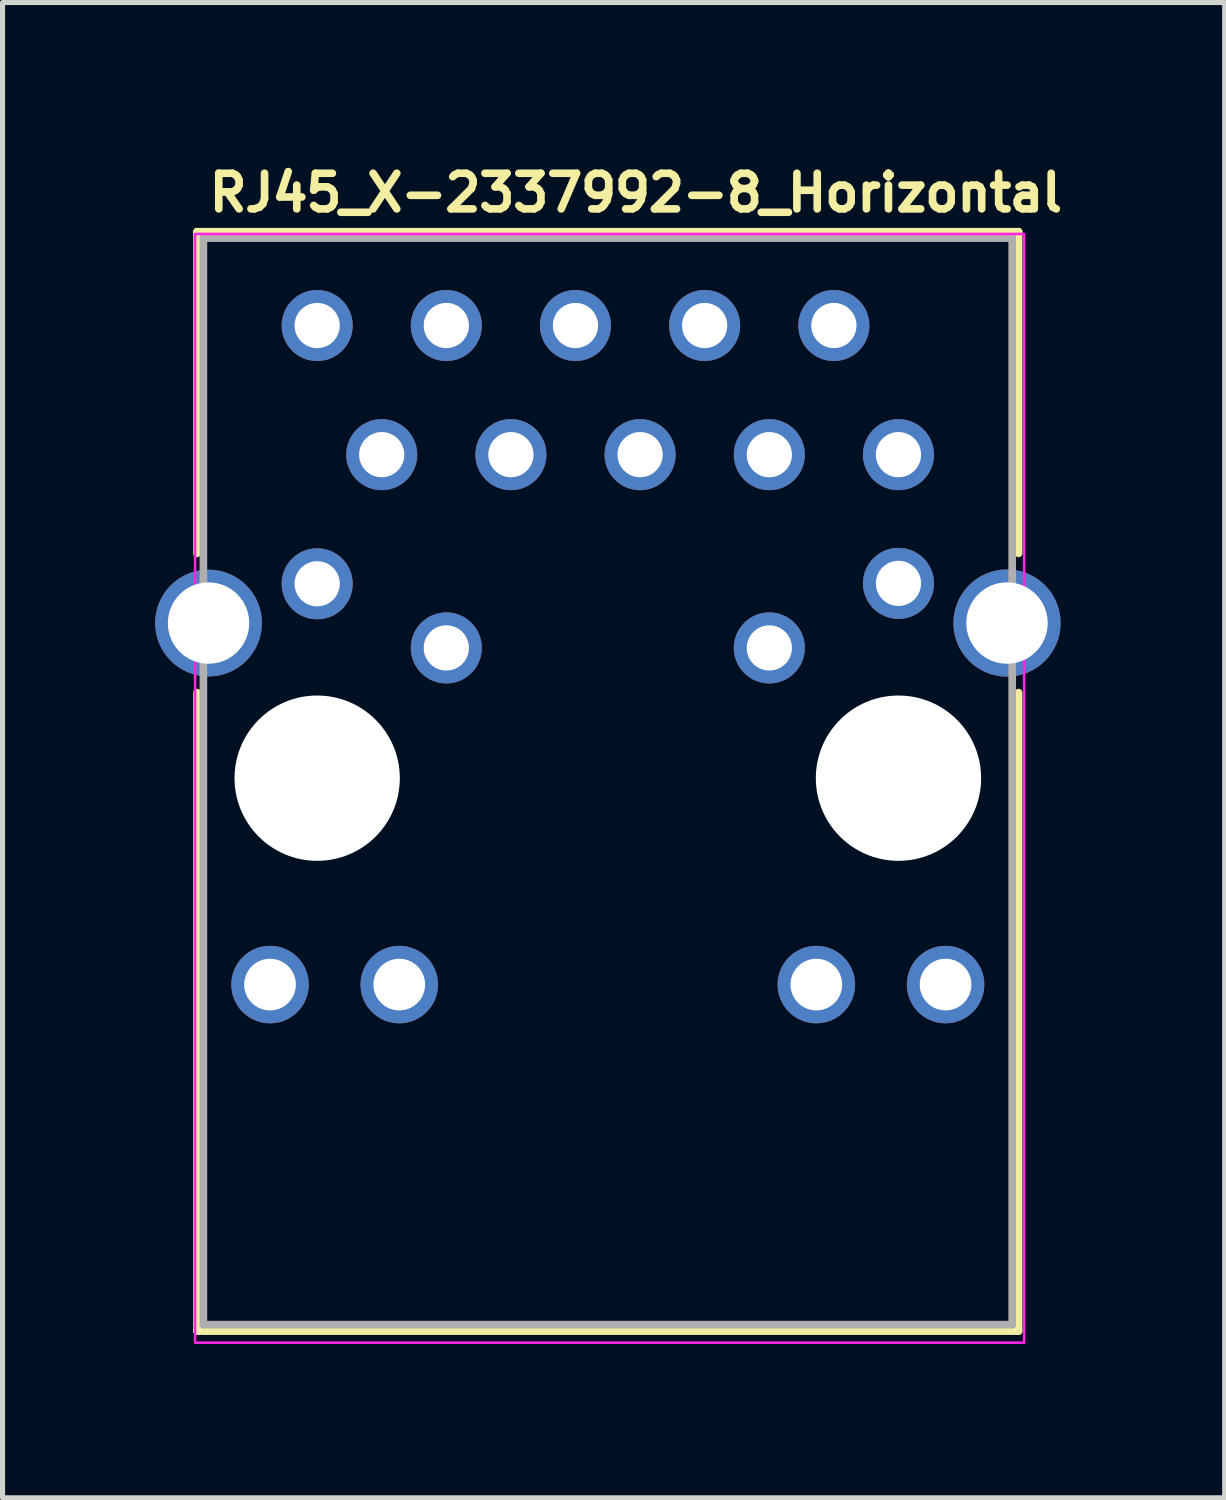
<source format=kicad_pcb>
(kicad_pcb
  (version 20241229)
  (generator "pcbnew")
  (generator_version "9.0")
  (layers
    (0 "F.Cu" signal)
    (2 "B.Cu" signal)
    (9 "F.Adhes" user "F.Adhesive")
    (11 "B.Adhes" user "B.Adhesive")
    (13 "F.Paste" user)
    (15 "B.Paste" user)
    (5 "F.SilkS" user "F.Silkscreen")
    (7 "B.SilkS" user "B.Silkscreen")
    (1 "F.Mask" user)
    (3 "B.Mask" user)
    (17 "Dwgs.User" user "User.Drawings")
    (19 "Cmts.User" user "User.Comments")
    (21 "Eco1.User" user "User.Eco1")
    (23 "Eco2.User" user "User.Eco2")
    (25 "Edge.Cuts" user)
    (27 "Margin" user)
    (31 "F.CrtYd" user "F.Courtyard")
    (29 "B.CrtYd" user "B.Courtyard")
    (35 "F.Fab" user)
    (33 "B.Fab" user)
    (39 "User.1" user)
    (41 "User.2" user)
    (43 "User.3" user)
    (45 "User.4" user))
  (footprint "RJ45_X-2337992-8_Horizontal"
    (layer "F.Cu")
    (at 3.186 3.35)
    (property "Reference" "RJ45_X-2337992-8_Horizontal" (at -2.2 -2.2 0) (layer "F.SilkS") (effects (font (size 0.7 0.7) (thickness 0.15)) (justify left bottom)))
    (attr through_hole)
    (fp_line (start -2.363 -1.845) (end -2.363 4.48) (stroke (width 0.15) (type solid)) (layer "F.SilkS"))
    (fp_line (start -2.363 7.217) (end -2.363 19.771) (stroke (width 0.15) (type solid)) (layer "F.SilkS"))
    (fp_line (start -2.363 19.771) (end 13.791 19.771) (stroke (width 0.15) (type solid)) (layer "F.SilkS"))
    (fp_line (start 13.791 -1.845) (end -2.363 -1.845) (stroke (width 0.15) (type solid)) (layer "F.SilkS"))
    (fp_line (start 13.791 4.48) (end 13.791 -1.845) (stroke (width 0.15) (type solid)) (layer "F.SilkS"))
    (fp_line (start 13.791 19.771) (end 13.791 7.217) (stroke (width 0.15) (type solid)) (layer "F.SilkS"))
    (fp_rect (start -2.4 -1.8) (end 13.9 19.999) (stroke (width 0.05) (type solid)) (fill no) (layer "F.CrtYd"))
    (fp_line (start -2.237 -1.718) (end -2.237 19.644) (stroke (width 0.15) (type solid)) (layer "F.Fab"))
    (fp_line (start -2.237 19.644) (end 13.665 19.644) (stroke (width 0.15) (type solid)) (layer "F.Fab"))
    (fp_line (start 13.665 -1.718) (end -2.237 -1.718) (stroke (width 0.15) (type solid)) (layer "F.Fab"))
    (fp_line (start 13.665 19.644) (end 13.665 -1.718) (stroke (width 0.15) (type solid)) (layer "F.Fab"))
    (fp_rect (start -2.351 -1.601) (end 13.848 19.999) (stroke (width 0.1) (type solid)) (fill no) (layer "User.5"))
    (fp_line (start -2.351 5.922) (end -2.351 5.95) (stroke (width 0.02) (type solid)) (layer "User.9"))
    (fp_line (start -2.351 5.95) (end -2.351 5.95) (stroke (width 0.02) (type solid)) (layer "User.9"))
    (fp_line (start -2.351 5.95) (end -2.351 5.975) (stroke (width 0.02) (type solid)) (layer "User.9"))
    (fp_line (start -2.351 5.975) (end -2.348 6.002) (stroke (width 0.02) (type solid)) (layer "User.9"))
    (fp_line (start -2.348 5.895) (end -2.351 5.922) (stroke (width 0.02) (type solid)) (layer "User.9"))
    (fp_line (start -2.348 6.002) (end -2.346 6.028) (stroke (width 0.02) (type solid)) (layer "User.9"))
    (fp_line (start -2.346 5.869) (end -2.348 5.895) (stroke (width 0.02) (type solid)) (layer "User.9"))
    (fp_line (start -2.346 6.028) (end -2.342 6.054) (stroke (width 0.02) (type solid)) (layer "User.9"))
    (fp_line (start -2.342 5.844) (end -2.346 5.869) (stroke (width 0.02) (type solid)) (layer "User.9"))
    (fp_line (start -2.342 6.054) (end -2.335 6.081) (stroke (width 0.02) (type solid)) (layer "User.9"))
    (fp_line (start -2.335 5.818) (end -2.342 5.844) (stroke (width 0.02) (type solid)) (layer "User.9"))
    (fp_line (start -2.335 6.081) (end -2.33 6.107) (stroke (width 0.02) (type solid)) (layer "User.9"))
    (fp_line (start -2.33 5.791) (end -2.335 5.818) (stroke (width 0.02) (type solid)) (layer "User.9"))
    (fp_line (start -2.33 6.107) (end -2.322 6.132) (stroke (width 0.02) (type solid)) (layer "User.9"))
    (fp_line (start -2.322 5.767) (end -2.33 5.791) (stroke (width 0.02) (type solid)) (layer "User.9"))
    (fp_line (start -2.322 6.132) (end -2.312 6.156) (stroke (width 0.02) (type solid)) (layer "User.9"))
    (fp_line (start -2.312 5.741) (end -2.322 5.767) (stroke (width 0.02) (type solid)) (layer "User.9"))
    (fp_line (start -2.312 6.156) (end -2.302 6.182) (stroke (width 0.02) (type solid)) (layer "User.9"))
    (fp_line (start -2.302 5.717) (end -2.312 5.741) (stroke (width 0.02) (type solid)) (layer "User.9"))
    (fp_line (start -2.302 6.182) (end -2.29 6.206) (stroke (width 0.02) (type solid)) (layer "User.9"))
    (fp_line (start -2.29 5.693) (end -2.302 5.717) (stroke (width 0.02) (type solid)) (layer "User.9"))
    (fp_line (start -2.29 6.206) (end -2.278 6.228) (stroke (width 0.02) (type solid)) (layer "User.9"))
    (fp_line (start -2.278 5.669) (end -2.29 5.693) (stroke (width 0.02) (type solid)) (layer "User.9"))
    (fp_line (start -2.278 6.228) (end -2.265 6.251) (stroke (width 0.02) (type solid)) (layer "User.9"))
    (fp_line (start -2.265 5.647) (end -2.278 5.669) (stroke (width 0.02) (type solid)) (layer "User.9"))
    (fp_line (start -2.265 6.251) (end -2.25 6.273) (stroke (width 0.02) (type solid)) (layer "User.9"))
    (fp_line (start -2.25 5.624) (end -2.265 5.647) (stroke (width 0.02) (type solid)) (layer "User.9"))
    (fp_line (start -2.25 6.273) (end -2.234 6.296) (stroke (width 0.02) (type solid)) (layer "User.9"))
    (fp_line (start -2.234 5.602) (end -2.25 5.624) (stroke (width 0.02) (type solid)) (layer "User.9"))
    (fp_line (start -2.234 6.296) (end -2.218 6.317) (stroke (width 0.02) (type solid)) (layer "User.9"))
    (fp_line (start -2.218 5.581) (end -2.234 5.602) (stroke (width 0.02) (type solid)) (layer "User.9"))
    (fp_line (start -2.218 6.317) (end -2.202 6.336) (stroke (width 0.02) (type solid)) (layer "User.9"))
    (fp_line (start -2.202 5.562) (end -2.218 5.581) (stroke (width 0.02) (type solid)) (layer "User.9"))
    (fp_line (start -2.202 19.548) (end -2.202 -1.401) (stroke (width 0.02) (type solid)) (layer "User.9"))
    (fp_line (start -2.202 19.548) (end -2.201 19.559) (stroke (width 0.02) (type solid)) (layer "User.9"))
    (fp_line (start -2.201 -1.42) (end -2.201 -1.41) (stroke (width 0.02) (type solid)) (layer "User.9"))
    (fp_line (start -2.201 -1.41) (end -2.202 -1.401) (stroke (width 0.02) (type solid)) (layer "User.9"))
    (fp_line (start -2.201 19.559) (end -2.201 19.568) (stroke (width 0.02) (type solid)) (layer "User.9"))
    (fp_line (start -2.201 19.568) (end -2.198 19.579) (stroke (width 0.02) (type solid)) (layer "User.9"))
    (fp_line (start -2.198 -1.44) (end -2.198 -1.43) (stroke (width 0.02) (type solid)) (layer "User.9"))
    (fp_line (start -2.198 -1.43) (end -2.201 -1.42) (stroke (width 0.02) (type solid)) (layer "User.9"))
    (fp_line (start -2.198 19.579) (end -2.198 19.588) (stroke (width 0.02) (type solid)) (layer "User.9"))
    (fp_line (start -2.198 19.588) (end -2.194 19.597) (stroke (width 0.02) (type solid)) (layer "User.9"))
    (fp_line (start -2.194 -1.45) (end -2.198 -1.44) (stroke (width 0.02) (type solid)) (layer "User.9"))
    (fp_line (start -2.194 19.597) (end -2.193 19.608) (stroke (width 0.02) (type solid)) (layer "User.9"))
    (fp_line (start -2.193 -1.46) (end -2.194 -1.45) (stroke (width 0.02) (type solid)) (layer "User.9"))
    (fp_line (start -2.193 19.608) (end -2.19 19.617) (stroke (width 0.02) (type solid)) (layer "User.9"))
    (fp_line (start -2.19 -1.468) (end -2.193 -1.46) (stroke (width 0.02) (type solid)) (layer "User.9"))
    (fp_line (start -2.19 19.617) (end -2.186 19.626) (stroke (width 0.02) (type solid)) (layer "User.9"))
    (fp_line (start -2.186 -1.478) (end -2.19 -1.468) (stroke (width 0.02) (type solid)) (layer "User.9"))
    (fp_line (start -2.186 19.626) (end -2.182 19.635) (stroke (width 0.02) (type solid)) (layer "User.9"))
    (fp_line (start -2.182 -1.486) (end -2.186 -1.478) (stroke (width 0.02) (type solid)) (layer "User.9"))
    (fp_line (start -2.182 19.635) (end -2.178 19.644) (stroke (width 0.02) (type solid)) (layer "User.9"))
    (fp_line (start -2.178 -1.496) (end -2.182 -1.486) (stroke (width 0.02) (type solid)) (layer "User.9"))
    (fp_line (start -2.178 19.644) (end -2.173 19.652) (stroke (width 0.02) (type solid)) (layer "User.9"))
    (fp_line (start -2.173 -1.504) (end -2.178 -1.496) (stroke (width 0.02) (type solid)) (layer "User.9"))
    (fp_line (start -2.173 19.652) (end -2.168 19.659) (stroke (width 0.02) (type solid)) (layer "User.9"))
    (fp_line (start -2.168 -1.512) (end -2.173 -1.504) (stroke (width 0.02) (type solid)) (layer "User.9"))
    (fp_line (start -2.168 19.659) (end -2.161 19.667) (stroke (width 0.02) (type solid)) (layer "User.9"))
    (fp_line (start -2.161 -1.52) (end -2.168 -1.512) (stroke (width 0.02) (type solid)) (layer "User.9"))
    (fp_line (start -2.161 19.667) (end -2.156 19.676) (stroke (width 0.02) (type solid)) (layer "User.9"))
    (fp_line (start -2.156 -1.528) (end -2.161 -1.52) (stroke (width 0.02) (type solid)) (layer "User.9"))
    (fp_line (start -2.156 19.676) (end -2.149 19.684) (stroke (width 0.02) (type solid)) (layer "User.9"))
    (fp_line (start -2.149 -1.536) (end -2.156 -1.528) (stroke (width 0.02) (type solid)) (layer "User.9"))
    (fp_line (start -2.149 19.684) (end -2.142 19.69) (stroke (width 0.02) (type solid)) (layer "User.9"))
    (fp_line (start -2.142 -1.543) (end -2.149 -1.536) (stroke (width 0.02) (type solid)) (layer "User.9"))
    (fp_line (start -2.142 -1.543) (end -2.142 -1.543) (stroke (width 0.02) (type solid)) (layer "User.9"))
    (fp_line (start -2.142 19.69) (end -2.142 19.69) (stroke (width 0.02) (type solid)) (layer "User.9"))
    (fp_line (start -2.142 19.69) (end -2.136 19.697) (stroke (width 0.02) (type solid)) (layer "User.9"))
    (fp_line (start -2.136 -1.549) (end -2.142 -1.543) (stroke (width 0.02) (type solid)) (layer "User.9"))
    (fp_line (start -2.136 19.697) (end -2.128 19.704) (stroke (width 0.02) (type solid)) (layer "User.9"))
    (fp_line (start -2.128 -1.555) (end -2.136 -1.549) (stroke (width 0.02) (type solid)) (layer "User.9"))
    (fp_line (start -2.128 19.704) (end -2.12 19.71) (stroke (width 0.02) (type solid)) (layer "User.9"))
    (fp_line (start -2.12 -1.561) (end -2.128 -1.555) (stroke (width 0.02) (type solid)) (layer "User.9"))
    (fp_line (start -2.12 19.71) (end -2.112 19.716) (stroke (width 0.02) (type solid)) (layer "User.9"))
    (fp_line (start -2.112 -1.567) (end -2.12 -1.561) (stroke (width 0.02) (type solid)) (layer "User.9"))
    (fp_line (start -2.112 19.716) (end -2.104 19.72) (stroke (width 0.02) (type solid)) (layer "User.9"))
    (fp_line (start -2.104 -1.573) (end -2.112 -1.567) (stroke (width 0.02) (type solid)) (layer "User.9"))
    (fp_line (start -2.104 19.72) (end -2.096 19.725) (stroke (width 0.02) (type solid)) (layer "User.9"))
    (fp_line (start -2.096 -1.577) (end -2.104 -1.573) (stroke (width 0.02) (type solid)) (layer "User.9"))
    (fp_line (start -2.096 19.725) (end -2.086 19.73) (stroke (width 0.02) (type solid)) (layer "User.9"))
    (fp_line (start -2.086 -1.581) (end -2.096 -1.577) (stroke (width 0.02) (type solid)) (layer "User.9"))
    (fp_line (start -2.086 19.73) (end -2.077 19.734) (stroke (width 0.02) (type solid)) (layer "User.9"))
    (fp_line (start -2.077 -1.585) (end -2.086 -1.581) (stroke (width 0.02) (type solid)) (layer "User.9"))
    (fp_line (start -2.077 19.734) (end -2.069 19.737) (stroke (width 0.02) (type solid)) (layer "User.9"))
    (fp_line (start -2.069 -1.589) (end -2.077 -1.585) (stroke (width 0.02) (type solid)) (layer "User.9"))
    (fp_line (start -2.069 19.737) (end -2.06 19.74) (stroke (width 0.02) (type solid)) (layer "User.9"))
    (fp_line (start -2.06 -1.593) (end -2.069 -1.589) (stroke (width 0.02) (type solid)) (layer "User.9"))
    (fp_line (start -2.06 19.74) (end -2.049 19.743) (stroke (width 0.02) (type solid)) (layer "User.9"))
    (fp_line (start -2.049 -1.595) (end -2.06 -1.593) (stroke (width 0.02) (type solid)) (layer "User.9"))
    (fp_line (start -2.049 19.743) (end -2.04 19.745) (stroke (width 0.02) (type solid)) (layer "User.9"))
    (fp_line (start -2.04 -1.597) (end -2.049 -1.595) (stroke (width 0.02) (type solid)) (layer "User.9"))
    (fp_line (start -2.04 19.745) (end -2.031 19.746) (stroke (width 0.02) (type solid)) (layer "User.9"))
    (fp_line (start -2.031 -1.599) (end -2.04 -1.597) (stroke (width 0.02) (type solid)) (layer "User.9"))
    (fp_line (start -2.031 19.746) (end -2.02 19.748) (stroke (width 0.02) (type solid)) (layer "User.9"))
    (fp_line (start -2.02 -1.601) (end -2.031 -1.599) (stroke (width 0.02) (type solid)) (layer "User.9"))
    (fp_line (start -2.02 19.748) (end -2.011 19.748) (stroke (width 0.02) (type solid)) (layer "User.9"))
    (fp_line (start -2.011 -1.601) (end -2.02 -1.601) (stroke (width 0.02) (type solid)) (layer "User.9"))
    (fp_line (start -2.011 19.748) (end -2 19.748) (stroke (width 0.02) (type solid)) (layer "User.9"))
    (fp_line (start -2 -1.601) (end -2.011 -1.601) (stroke (width 0.02) (type solid)) (layer "User.9"))
    (fp_line (start -2 -1.601) (end 13.499 -1.601) (stroke (width 0.02) (type solid)) (layer "User.9"))
    (fp_line (start -2 -1.401) (end -2 -1.601) (stroke (width 0.02) (type solid)) (layer "User.9"))
    (fp_line (start -2 19.548) (end -2.202 19.548) (stroke (width 0.02) (type solid)) (layer "User.9"))
    (fp_line (start -2 19.748) (end -2 19.548) (stroke (width 0.02) (type solid)) (layer "User.9"))
    (fp_line (start -0.589 19.748) (end -0.475 19.807) (stroke (width 0.02) (type solid)) (layer "User.9"))
    (fp_line (start -0.475 19.807) (end -0.357 19.859) (stroke (width 0.02) (type solid)) (layer "User.9"))
    (fp_line (start -0.357 19.859) (end -0.239 19.902) (stroke (width 0.02) (type solid)) (layer "User.9"))
    (fp_line (start -0.239 19.902) (end -0.118 19.937) (stroke (width 0.02) (type solid)) (layer "User.9"))
    (fp_line (start -0.118 19.937) (end 0.006 19.964) (stroke (width 0.02) (type solid)) (layer "User.9"))
    (fp_line (start 0.006 19.964) (end 0.13 19.984) (stroke (width 0.02) (type solid)) (layer "User.9"))
    (fp_line (start 0.13 19.984) (end 0.253 19.995) (stroke (width 0.02) (type solid)) (layer "User.9"))
    (fp_line (start 0.253 19.995) (end 0.379 19.999) (stroke (width 0.02) (type solid)) (layer "User.9"))
    (fp_line (start 0.379 19.999) (end 0.504 19.995) (stroke (width 0.02) (type solid)) (layer "User.9"))
    (fp_line (start 0.504 19.995) (end 0.628 19.984) (stroke (width 0.02) (type solid)) (layer "User.9"))
    (fp_line (start 0.628 19.984) (end 0.752 19.964) (stroke (width 0.02) (type solid)) (layer "User.9"))
    (fp_line (start 0.752 19.964) (end 0.875 19.937) (stroke (width 0.02) (type solid)) (layer "User.9"))
    (fp_line (start 0.875 19.937) (end 0.996 19.902) (stroke (width 0.02) (type solid)) (layer "User.9"))
    (fp_line (start 0.996 19.902) (end 1.116 19.859) (stroke (width 0.02) (type solid)) (layer "User.9"))
    (fp_line (start 1.116 19.859) (end 1.233 19.807) (stroke (width 0.02) (type solid)) (layer "User.9"))
    (fp_line (start 1.233 19.807) (end 1.348 19.748) (stroke (width 0.02) (type solid)) (layer "User.9"))
    (fp_line (start 10.15 19.748) (end 10.265 19.807) (stroke (width 0.02) (type solid)) (layer "User.9"))
    (fp_line (start 10.265 19.807) (end 10.383 19.859) (stroke (width 0.02) (type solid)) (layer "User.9"))
    (fp_line (start 10.383 19.859) (end 10.502 19.902) (stroke (width 0.02) (type solid)) (layer "User.9"))
    (fp_line (start 10.502 19.902) (end 10.623 19.937) (stroke (width 0.02) (type solid)) (layer "User.9"))
    (fp_line (start 10.623 19.937) (end 10.746 19.964) (stroke (width 0.02) (type solid)) (layer "User.9"))
    (fp_line (start 10.746 19.964) (end 10.87 19.984) (stroke (width 0.02) (type solid)) (layer "User.9"))
    (fp_line (start 10.87 19.984) (end 10.995 19.995) (stroke (width 0.02) (type solid)) (layer "User.9"))
    (fp_line (start 10.995 19.995) (end 11.118 19.998) (stroke (width 0.02) (type solid)) (layer "User.9"))
    (fp_line (start 11.118 19.998) (end 11.243 19.995) (stroke (width 0.02) (type solid)) (layer "User.9"))
    (fp_line (start 11.243 19.995) (end 11.368 19.984) (stroke (width 0.02) (type solid)) (layer "User.9"))
    (fp_line (start 11.368 19.984) (end 11.493 19.964) (stroke (width 0.02) (type solid)) (layer "User.9"))
    (fp_line (start 11.493 19.964) (end 11.615 19.937) (stroke (width 0.02) (type solid)) (layer "User.9"))
    (fp_line (start 11.615 19.937) (end 11.736 19.902) (stroke (width 0.02) (type solid)) (layer "User.9"))
    (fp_line (start 11.736 19.902) (end 11.855 19.859) (stroke (width 0.02) (type solid)) (layer "User.9"))
    (fp_line (start 11.855 19.859) (end 11.973 19.807) (stroke (width 0.02) (type solid)) (layer "User.9"))
    (fp_line (start 11.973 19.807) (end 12.088 19.748) (stroke (width 0.02) (type solid)) (layer "User.9"))
    (fp_line (start 13.499 -1.601) (end 13.499 -1.401) (stroke (width 0.02) (type solid)) (layer "User.9"))
    (fp_line (start 13.499 19.748) (end -2 19.748) (stroke (width 0.02) (type solid)) (layer "User.9"))
    (fp_line (start 13.499 19.748) (end 13.509 19.748) (stroke (width 0.02) (type solid)) (layer "User.9"))
    (fp_line (start 13.509 -1.601) (end 13.499 -1.601) (stroke (width 0.02) (type solid)) (layer "User.9"))
    (fp_line (start 13.509 19.748) (end 13.518 19.748) (stroke (width 0.02) (type solid)) (layer "User.9"))
    (fp_line (start 13.518 19.748) (end 13.528 19.746) (stroke (width 0.02) (type solid)) (layer "User.9"))
    (fp_line (start 13.519 -1.599) (end 13.509 -1.601) (stroke (width 0.02) (type solid)) (layer "User.9"))
    (fp_line (start 13.528 19.746) (end 13.538 19.745) (stroke (width 0.02) (type solid)) (layer "User.9"))
    (fp_line (start 13.53 -1.599) (end 13.519 -1.599) (stroke (width 0.02) (type solid)) (layer "User.9"))
    (fp_line (start 13.538 19.745) (end 13.547 19.743) (stroke (width 0.02) (type solid)) (layer "User.9"))
    (fp_line (start 13.54 -1.597) (end 13.53 -1.599) (stroke (width 0.02) (type solid)) (layer "User.9"))
    (fp_line (start 13.547 19.743) (end 13.557 19.74) (stroke (width 0.02) (type solid)) (layer "User.9"))
    (fp_line (start 13.548 -1.595) (end 13.54 -1.597) (stroke (width 0.02) (type solid)) (layer "User.9"))
    (fp_line (start 13.557 19.74) (end 13.566 19.737) (stroke (width 0.02) (type solid)) (layer "User.9"))
    (fp_line (start 13.559 -1.593) (end 13.548 -1.595) (stroke (width 0.02) (type solid)) (layer "User.9"))
    (fp_line (start 13.566 19.737) (end 13.576 19.734) (stroke (width 0.02) (type solid)) (layer "User.9"))
    (fp_line (start 13.567 -1.589) (end 13.559 -1.593) (stroke (width 0.02) (type solid)) (layer "User.9"))
    (fp_line (start 13.576 -1.585) (end 13.567 -1.589) (stroke (width 0.02) (type solid)) (layer "User.9"))
    (fp_line (start 13.576 19.734) (end 13.585 19.73) (stroke (width 0.02) (type solid)) (layer "User.9"))
    (fp_line (start 13.585 19.73) (end 13.593 19.725) (stroke (width 0.02) (type solid)) (layer "User.9"))
    (fp_line (start 13.586 -1.581) (end 13.576 -1.585) (stroke (width 0.02) (type solid)) (layer "User.9"))
    (fp_line (start 13.593 19.725) (end 13.602 19.72) (stroke (width 0.02) (type solid)) (layer "User.9"))
    (fp_line (start 13.595 -1.577) (end 13.586 -1.581) (stroke (width 0.02) (type solid)) (layer "User.9"))
    (fp_line (start 13.602 -1.573) (end 13.595 -1.577) (stroke (width 0.02) (type solid)) (layer "User.9"))
    (fp_line (start 13.602 19.72) (end 13.609 19.716) (stroke (width 0.02) (type solid)) (layer "User.9"))
    (fp_line (start 13.609 19.716) (end 13.618 19.71) (stroke (width 0.02) (type solid)) (layer "User.9"))
    (fp_line (start 13.611 -1.567) (end 13.602 -1.573) (stroke (width 0.02) (type solid)) (layer "User.9"))
    (fp_line (start 13.618 -1.561) (end 13.611 -1.567) (stroke (width 0.02) (type solid)) (layer "User.9"))
    (fp_line (start 13.618 19.71) (end 13.625 19.704) (stroke (width 0.02) (type solid)) (layer "User.9"))
    (fp_line (start 13.625 19.704) (end 13.634 19.697) (stroke (width 0.02) (type solid)) (layer "User.9"))
    (fp_line (start 13.627 -1.555) (end 13.618 -1.561) (stroke (width 0.02) (type solid)) (layer "User.9"))
    (fp_line (start 13.634 -1.549) (end 13.627 -1.555) (stroke (width 0.02) (type solid)) (layer "User.9"))
    (fp_line (start 13.634 19.697) (end 13.64 19.69) (stroke (width 0.02) (type solid)) (layer "User.9"))
    (fp_line (start 13.64 -1.543) (end 13.634 -1.549) (stroke (width 0.02) (type solid)) (layer "User.9"))
    (fp_line (start 13.64 19.69) (end 13.64 19.69) (stroke (width 0.02) (type solid)) (layer "User.9"))
    (fp_line (start 13.64 19.69) (end 13.647 19.684) (stroke (width 0.02) (type solid)) (layer "User.9"))
    (fp_line (start 13.647 -1.536) (end 13.64 -1.543) (stroke (width 0.02) (type solid)) (layer "User.9"))
    (fp_line (start 13.647 19.684) (end 13.653 19.676) (stroke (width 0.02) (type solid)) (layer "User.9"))
    (fp_line (start 13.653 -1.528) (end 13.647 -1.536) (stroke (width 0.02) (type solid)) (layer "User.9"))
    (fp_line (start 13.653 19.676) (end 13.659 19.667) (stroke (width 0.02) (type solid)) (layer "User.9"))
    (fp_line (start 13.659 -1.52) (end 13.653 -1.528) (stroke (width 0.02) (type solid)) (layer "User.9"))
    (fp_line (start 13.659 19.667) (end 13.666 19.659) (stroke (width 0.02) (type solid)) (layer "User.9"))
    (fp_line (start 13.665 -1.512) (end 13.659 -1.52) (stroke (width 0.02) (type solid)) (layer "User.9"))
    (fp_line (start 13.666 19.659) (end 13.671 19.652) (stroke (width 0.02) (type solid)) (layer "User.9"))
    (fp_line (start 13.671 -1.504) (end 13.665 -1.512) (stroke (width 0.02) (type solid)) (layer "User.9"))
    (fp_line (start 13.671 19.652) (end 13.675 19.644) (stroke (width 0.02) (type solid)) (layer "User.9"))
    (fp_line (start 13.675 -1.496) (end 13.671 -1.504) (stroke (width 0.02) (type solid)) (layer "User.9"))
    (fp_line (start 13.675 19.644) (end 13.679 19.635) (stroke (width 0.02) (type solid)) (layer "User.9"))
    (fp_line (start 13.679 -1.488) (end 13.675 -1.496) (stroke (width 0.02) (type solid)) (layer "User.9"))
    (fp_line (start 13.679 19.635) (end 13.684 19.626) (stroke (width 0.02) (type solid)) (layer "User.9"))
    (fp_line (start 13.684 -1.478) (end 13.679 -1.488) (stroke (width 0.02) (type solid)) (layer "User.9"))
    (fp_line (start 13.684 19.626) (end 13.688 19.617) (stroke (width 0.02) (type solid)) (layer "User.9"))
    (fp_line (start 13.687 -1.47) (end 13.684 -1.478) (stroke (width 0.02) (type solid)) (layer "User.9"))
    (fp_line (start 13.688 19.617) (end 13.691 19.608) (stroke (width 0.02) (type solid)) (layer "User.9"))
    (fp_line (start 13.691 -1.46) (end 13.687 -1.47) (stroke (width 0.02) (type solid)) (layer "User.9"))
    (fp_line (start 13.691 19.608) (end 13.692 19.597) (stroke (width 0.02) (type solid)) (layer "User.9"))
    (fp_line (start 13.692 -1.45) (end 13.691 -1.46) (stroke (width 0.02) (type solid)) (layer "User.9"))
    (fp_line (start 13.692 19.597) (end 13.695 19.588) (stroke (width 0.02) (type solid)) (layer "User.9"))
    (fp_line (start 13.694 -1.442) (end 13.692 -1.45) (stroke (width 0.02) (type solid)) (layer "User.9"))
    (fp_line (start 13.695 19.588) (end 13.697 19.579) (stroke (width 0.02) (type solid)) (layer "User.9"))
    (fp_line (start 13.697 -1.432) (end 13.694 -1.442) (stroke (width 0.02) (type solid)) (layer "User.9"))
    (fp_line (start 13.697 19.579) (end 13.698 19.568) (stroke (width 0.02) (type solid)) (layer "User.9"))
    (fp_line (start 13.698 -1.422) (end 13.697 -1.432) (stroke (width 0.02) (type solid)) (layer "User.9"))
    (fp_line (start 13.698 -1.412) (end 13.698 -1.422) (stroke (width 0.02) (type solid)) (layer "User.9"))
    (fp_line (start 13.698 -1.401) (end 13.698 -1.412) (stroke (width 0.02) (type solid)) (layer "User.9"))
    (fp_line (start 13.698 5.562) (end 13.707 5.57) (stroke (width 0.02) (type solid)) (layer "User.9"))
    (fp_line (start 13.698 6.336) (end 13.717 6.317) (stroke (width 0.02) (type solid)) (layer "User.9"))
    (fp_line (start 13.698 19.548) (end 13.499 19.548) (stroke (width 0.02) (type solid)) (layer "User.9"))
    (fp_line (start 13.698 19.548) (end 13.698 -1.401) (stroke (width 0.02) (type solid)) (layer "User.9"))
    (fp_line (start 13.698 19.559) (end 13.698 19.548) (stroke (width 0.02) (type solid)) (layer "User.9"))
    (fp_line (start 13.698 19.568) (end 13.698 19.559) (stroke (width 0.02) (type solid)) (layer "User.9"))
    (fp_line (start 13.707 5.57) (end 13.714 5.578) (stroke (width 0.02) (type solid)) (layer "User.9"))
    (fp_line (start 13.714 5.578) (end 13.72 5.586) (stroke (width 0.02) (type solid)) (layer "User.9"))
    (fp_line (start 13.717 5.581) (end 13.698 5.562) (stroke (width 0.02) (type solid)) (layer "User.9"))
    (fp_line (start 13.717 6.317) (end 13.733 6.296) (stroke (width 0.02) (type solid)) (layer "User.9"))
    (fp_line (start 13.72 5.586) (end 13.727 5.594) (stroke (width 0.02) (type solid)) (layer "User.9"))
    (fp_line (start 13.727 5.594) (end 13.733 5.602) (stroke (width 0.02) (type solid)) (layer "User.9"))
    (fp_line (start 13.733 5.602) (end 13.717 5.581) (stroke (width 0.02) (type solid)) (layer "User.9"))
    (fp_line (start 13.733 5.602) (end 13.739 5.611) (stroke (width 0.02) (type solid)) (layer "User.9"))
    (fp_line (start 13.733 6.296) (end 13.749 6.273) (stroke (width 0.02) (type solid)) (layer "User.9"))
    (fp_line (start 13.739 5.611) (end 13.746 5.619) (stroke (width 0.02) (type solid)) (layer "User.9"))
    (fp_line (start 13.746 5.619) (end 13.752 5.629) (stroke (width 0.02) (type solid)) (layer "User.9"))
    (fp_line (start 13.749 5.624) (end 13.733 5.602) (stroke (width 0.02) (type solid)) (layer "User.9"))
    (fp_line (start 13.749 6.273) (end 13.762 6.251) (stroke (width 0.02) (type solid)) (layer "User.9"))
    (fp_line (start 13.752 5.629) (end 13.758 5.637) (stroke (width 0.02) (type solid)) (layer "User.9"))
    (fp_line (start 13.758 5.637) (end 13.762 5.647) (stroke (width 0.02) (type solid)) (layer "User.9"))
    (fp_line (start 13.762 5.647) (end 13.749 5.624) (stroke (width 0.02) (type solid)) (layer "User.9"))
    (fp_line (start 13.762 5.647) (end 13.768 5.655) (stroke (width 0.02) (type solid)) (layer "User.9"))
    (fp_line (start 13.762 6.251) (end 13.777 6.228) (stroke (width 0.02) (type solid)) (layer "User.9"))
    (fp_line (start 13.768 5.655) (end 13.774 5.664) (stroke (width 0.02) (type solid)) (layer "User.9"))
    (fp_line (start 13.774 5.664) (end 13.778 5.674) (stroke (width 0.02) (type solid)) (layer "User.9"))
    (fp_line (start 13.777 5.669) (end 13.762 5.647) (stroke (width 0.02) (type solid)) (layer "User.9"))
    (fp_line (start 13.777 6.228) (end 13.788 6.206) (stroke (width 0.02) (type solid)) (layer "User.9"))
    (fp_line (start 13.778 5.674) (end 13.784 5.684) (stroke (width 0.02) (type solid)) (layer "User.9"))
    (fp_line (start 13.784 5.684) (end 13.788 5.693) (stroke (width 0.02) (type solid)) (layer "User.9"))
    (fp_line (start 13.788 5.693) (end 13.777 5.669) (stroke (width 0.02) (type solid)) (layer "User.9"))
    (fp_line (start 13.788 5.693) (end 13.794 5.703) (stroke (width 0.02) (type solid)) (layer "User.9"))
    (fp_line (start 13.788 6.206) (end 13.8 6.182) (stroke (width 0.02) (type solid)) (layer "User.9"))
    (fp_line (start 13.8 5.717) (end 13.788 5.693) (stroke (width 0.02) (type solid)) (layer "User.9"))
    (fp_line (start 13.8 6.182) (end 13.81 6.156) (stroke (width 0.02) (type solid)) (layer "User.9"))
    (fp_line (start 13.81 5.741) (end 13.8 5.717) (stroke (width 0.02) (type solid)) (layer "User.9"))
    (fp_line (start 13.81 6.156) (end 13.819 6.132) (stroke (width 0.02) (type solid)) (layer "User.9"))
    (fp_line (start 13.819 5.767) (end 13.81 5.741) (stroke (width 0.02) (type solid)) (layer "User.9"))
    (fp_line (start 13.819 6.132) (end 13.827 6.107) (stroke (width 0.02) (type solid)) (layer "User.9"))
    (fp_line (start 13.827 5.791) (end 13.819 5.767) (stroke (width 0.02) (type solid)) (layer "User.9"))
    (fp_line (start 13.827 6.107) (end 13.833 6.081) (stroke (width 0.02) (type solid)) (layer "User.9"))
    (fp_line (start 13.833 5.818) (end 13.827 5.791) (stroke (width 0.02) (type solid)) (layer "User.9"))
    (fp_line (start 13.833 6.081) (end 13.839 6.054) (stroke (width 0.02) (type solid)) (layer "User.9"))
    (fp_line (start 13.839 5.844) (end 13.833 5.818) (stroke (width 0.02) (type solid)) (layer "User.9"))
    (fp_line (start 13.839 6.054) (end 13.843 6.028) (stroke (width 0.02) (type solid)) (layer "User.9"))
    (fp_line (start 13.843 5.869) (end 13.839 5.844) (stroke (width 0.02) (type solid)) (layer "User.9"))
    (fp_line (start 13.843 6.028) (end 13.846 6.002) (stroke (width 0.02) (type solid)) (layer "User.9"))
    (fp_line (start 13.846 5.895) (end 13.843 5.869) (stroke (width 0.02) (type solid)) (layer "User.9"))
    (fp_line (start 13.846 6.002) (end 13.848 5.975) (stroke (width 0.02) (type solid)) (layer "User.9"))
    (fp_line (start 13.848 5.922) (end 13.846 5.895) (stroke (width 0.02) (type solid)) (layer "User.9"))
    (fp_line (start 13.848 5.95) (end 13.848 5.922) (stroke (width 0.02) (type solid)) (layer "User.9"))
    (fp_line (start 13.848 5.95) (end 13.848 5.95) (stroke (width 0.02) (type solid)) (layer "User.9"))
    (fp_line (start 13.848 5.975) (end 13.848 5.95) (stroke (width 0.02) (type solid)) (layer "User.9"))
    (pad "" np_thru_hole circle (at 0 8.9) (size 3.25 3.25) (drill 3.25) (layers "*.Cu" "*.Mask"))
    (pad "" np_thru_hole circle (at 11.429 8.9) (size 3.25 3.25) (drill 3.25) (layers "*.Cu" "*.Mask"))
    (pad "1" thru_hole circle (at 0 0) (size 1.397 1.397) (drill 0.889) (layers "*.Cu" "*.Mask"))
    (pad "2" thru_hole circle (at 1.269 2.539) (size 1.397 1.397) (drill 0.889) (layers "*.Cu" "*.Mask"))
    (pad "3" thru_hole circle (at 2.539 0) (size 1.397 1.397) (drill 0.889) (layers "*.Cu" "*.Mask"))
    (pad "4" thru_hole circle (at 3.809 2.539) (size 1.397 1.397) (drill 0.889) (layers "*.Cu" "*.Mask"))
    (pad "5" thru_hole circle (at 5.078 0) (size 1.397 1.397) (drill 0.889) (layers "*.Cu" "*.Mask"))
    (pad "6" thru_hole circle (at 6.349 2.539) (size 1.397 1.397) (drill 0.889) (layers "*.Cu" "*.Mask"))
    (pad "7" thru_hole circle (at 7.618 0) (size 1.397 1.397) (drill 0.889) (layers "*.Cu" "*.Mask"))
    (pad "8" thru_hole circle (at 8.89 2.539) (size 1.397 1.397) (drill 0.889) (layers "*.Cu" "*.Mask"))
    (pad "9" thru_hole circle (at 10.159 0) (size 1.397 1.397) (drill 0.889) (layers "*.Cu" "*.Mask"))
    (pad "10" thru_hole circle (at 11.429 2.539) (size 1.397 1.397) (drill 0.889) (layers "*.Cu" "*.Mask"))
    (pad "11" thru_hole circle (at 0 5.078) (size 1.397 1.397) (drill 0.889) (layers "*.Cu" "*.Mask"))
    (pad "12" thru_hole circle (at 2.539 6.339) (size 1.397 1.397) (drill 0.889) (layers "*.Cu" "*.Mask"))
    (pad "13" thru_hole circle (at 8.89 6.339) (size 1.397 1.397) (drill 0.889) (layers "*.Cu" "*.Mask"))
    (pad "14" thru_hole circle (at 11.429 5.07) (size 1.397 1.397) (drill 0.889) (layers "*.Cu" "*.Mask"))
    (pad "15" thru_hole circle (at -0.927 12.958) (size 1.524 1.524) (drill 1.016) (layers "*.Cu" "*.Mask"))
    (pad "16" thru_hole circle (at 1.614 12.958) (size 1.524 1.524) (drill 1.016) (layers "*.Cu" "*.Mask"))
    (pad "17" thru_hole circle (at 9.814 12.958) (size 1.524 1.524) (drill 1.016) (layers "*.Cu" "*.Mask"))
    (pad "18" thru_hole circle (at 12.355 12.958) (size 1.524 1.524) (drill 1.016) (layers "*.Cu" "*.Mask"))
    (pad "19" thru_hole circle (at -2.136 5.85) (size 2.1 2.1) (drill 1.6) (layers "*.Cu" "*.Mask"))
    (pad "20" thru_hole circle (at 13.563 5.85) (size 2.108 2.108) (drill 1.6) (layers "*.Cu" "*.Mask")))
  (gr_rect
    (start -3 -3)
    (end 21.029 26.399)
    (stroke (width 0.1) (type default))
    (fill no)
    (layer "Edge.Cuts")))
</source>
